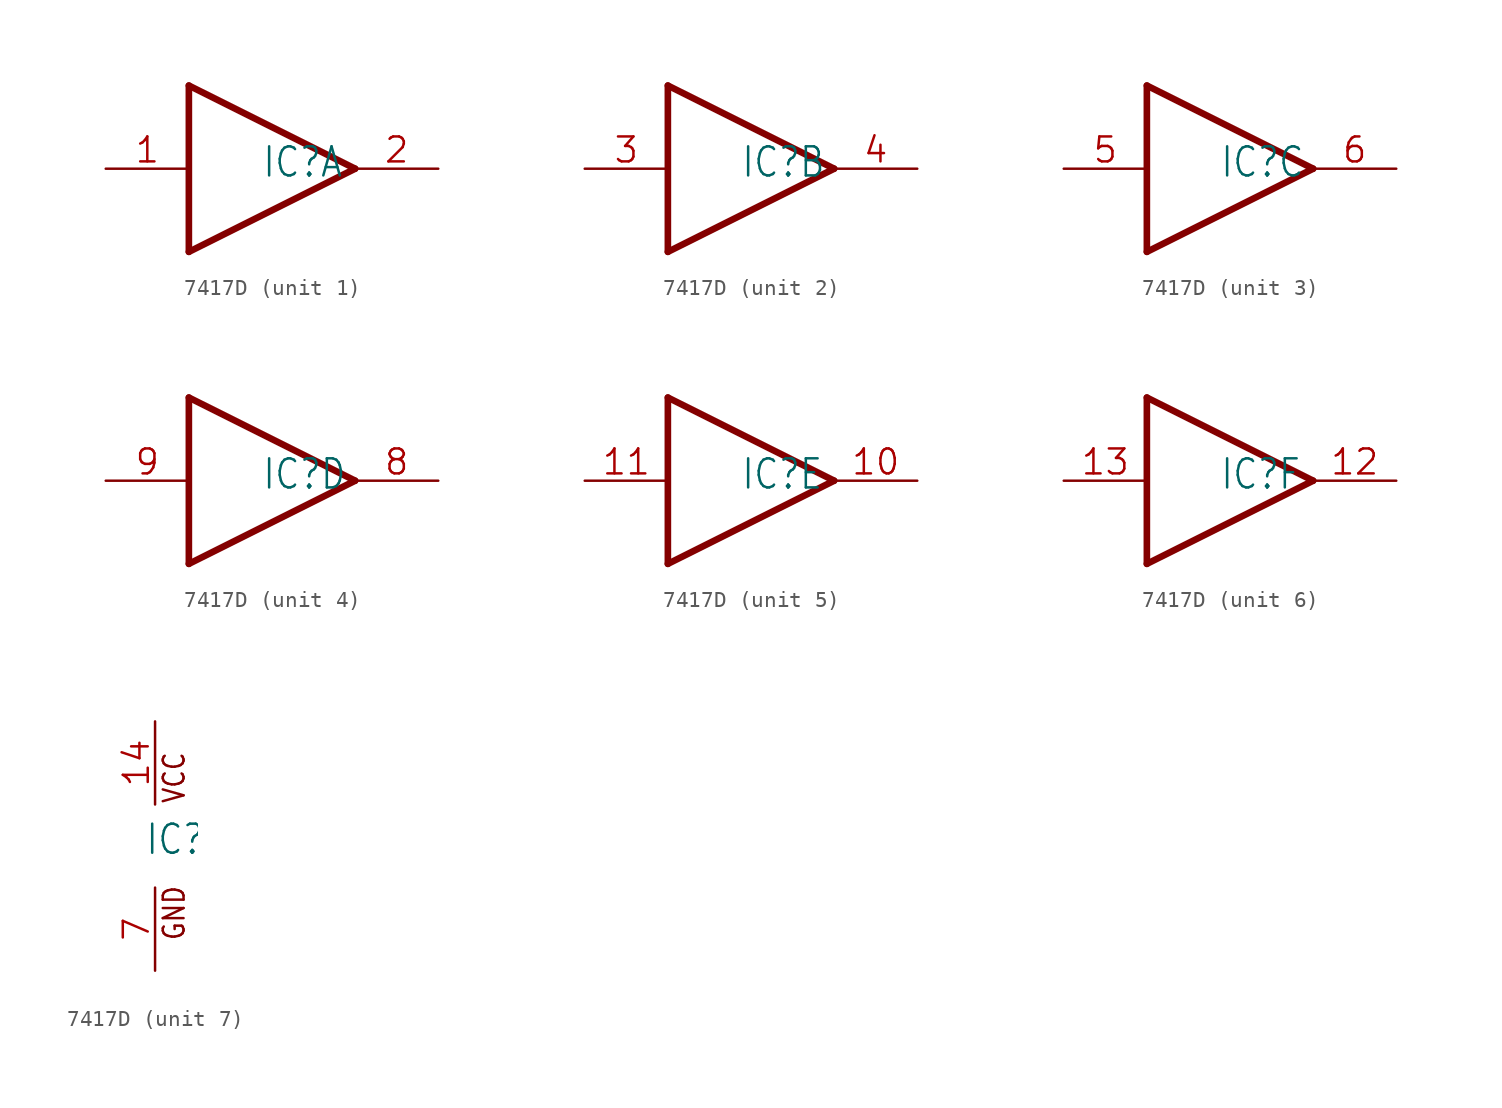
<source format=kicad_sym>
(kicad_symbol_lib
  (version 20241209)
  (generator "kicad_symbol_editor")
  (generator_version "9.0")
  (symbol "7417D"
    (property "Reference" "IC"
      (at -0.635 -0.635 0)
      (effects (font (size 1.778 1.511)) (justify left bottom)))
    (property "ki_locked" ""
      (at 0 0 0)
      (effects (font (size 1.27 1.27))))
    (symbol "7417D_1_0"
      (polyline (pts (xy -5.08 5.08) (xy 5.08 0)) (stroke (width 0.406) (type solid)) (fill (type none)))
      (polyline (pts (xy -5.08 -5.08) (xy -5.08 5.08)) (stroke (width 0.406) (type solid)) (fill (type none)))
      (polyline (pts (xy 5.08 0) (xy -5.08 -5.08)) (stroke (width 0.406) (type solid)) (fill (type none)))
      (pin input line (at -10.16 0 0) (length 5.08) (name "I" (effects (font (size 0 0)))) (number "1" (effects (font (size 1.524 1.524)))))
      (pin open_collector line (at 10.16 0 180) (length 5.08) (name "O" (effects (font (size 0 0)))) (number "2" (effects (font (size 1.524 1.524))))))
    (symbol "7417D_2_0"
      (polyline (pts (xy -5.08 5.08) (xy 5.08 0)) (stroke (width 0.406) (type solid)) (fill (type none)))
      (polyline (pts (xy -5.08 -5.08) (xy -5.08 5.08)) (stroke (width 0.406) (type solid)) (fill (type none)))
      (polyline (pts (xy 5.08 0) (xy -5.08 -5.08)) (stroke (width 0.406) (type solid)) (fill (type none)))
      (pin input line (at -10.16 0 0) (length 5.08) (name "I" (effects (font (size 0 0)))) (number "3" (effects (font (size 1.524 1.524)))))
      (pin open_collector line (at 10.16 0 180) (length 5.08) (name "O" (effects (font (size 0 0)))) (number "4" (effects (font (size 1.524 1.524))))))
    (symbol "7417D_3_0"
      (polyline (pts (xy -5.08 5.08) (xy 5.08 0)) (stroke (width 0.406) (type solid)) (fill (type none)))
      (polyline (pts (xy -5.08 -5.08) (xy -5.08 5.08)) (stroke (width 0.406) (type solid)) (fill (type none)))
      (polyline (pts (xy 5.08 0) (xy -5.08 -5.08)) (stroke (width 0.406) (type solid)) (fill (type none)))
      (pin input line (at -10.16 0 0) (length 5.08) (name "I" (effects (font (size 0 0)))) (number "5" (effects (font (size 1.524 1.524)))))
      (pin open_collector line (at 10.16 0 180) (length 5.08) (name "O" (effects (font (size 0 0)))) (number "6" (effects (font (size 1.524 1.524))))))
    (symbol "7417D_4_0"
      (polyline (pts (xy -5.08 5.08) (xy 5.08 0)) (stroke (width 0.406) (type solid)) (fill (type none)))
      (polyline (pts (xy -5.08 -5.08) (xy -5.08 5.08)) (stroke (width 0.406) (type solid)) (fill (type none)))
      (polyline (pts (xy 5.08 0) (xy -5.08 -5.08)) (stroke (width 0.406) (type solid)) (fill (type none)))
      (pin input line (at -10.16 0 0) (length 5.08) (name "I" (effects (font (size 0 0)))) (number "9" (effects (font (size 1.524 1.524)))))
      (pin open_collector line (at 10.16 0 180) (length 5.08) (name "O" (effects (font (size 0 0)))) (number "8" (effects (font (size 1.524 1.524))))))
    (symbol "7417D_5_0"
      (polyline (pts (xy -5.08 5.08) (xy 5.08 0)) (stroke (width 0.406) (type solid)) (fill (type none)))
      (polyline (pts (xy -5.08 -5.08) (xy -5.08 5.08)) (stroke (width 0.406) (type solid)) (fill (type none)))
      (polyline (pts (xy 5.08 0) (xy -5.08 -5.08)) (stroke (width 0.406) (type solid)) (fill (type none)))
      (pin input line (at -10.16 0 0) (length 5.08) (name "I" (effects (font (size 0 0)))) (number "11" (effects (font (size 1.524 1.524)))))
      (pin open_collector line (at 10.16 0 180) (length 5.08) (name "O" (effects (font (size 0 0)))) (number "10" (effects (font (size 1.524 1.524))))))
    (symbol "7417D_6_0"
      (polyline (pts (xy -5.08 5.08) (xy 5.08 0)) (stroke (width 0.406) (type solid)) (fill (type none)))
      (polyline (pts (xy -5.08 -5.08) (xy -5.08 5.08)) (stroke (width 0.406) (type solid)) (fill (type none)))
      (polyline (pts (xy 5.08 0) (xy -5.08 -5.08)) (stroke (width 0.406) (type solid)) (fill (type none)))
      (pin input line (at -10.16 0 0) (length 5.08) (name "I" (effects (font (size 0 0)))) (number "13" (effects (font (size 1.524 1.524)))))
      (pin open_collector line (at 10.16 0 180) (length 5.08) (name "O" (effects (font (size 0 0)))) (number "12" (effects (font (size 1.524 1.524))))))
    (symbol "7417D_7_0"
      (text "VCC" (at 1.905 2.54 900) (effects (font (size 1.27 1.079)) (justify left bottom)))
      (text "GND" (at 1.905 -5.842 900) (effects (font (size 1.27 1.079)) (justify left bottom)))
      (pin power_in line (at 0 7.62 270) (length 5.08) (name "VCC" (effects (font (size 0 0)))) (number "14" (effects (font (size 1.524 1.524)))))
      (pin power_in line (at 0 -7.62 90) (length 5.08) (name "GND" (effects (font (size 0 0)))) (number "7" (effects (font (size 1.524 1.524))))))))
</source>
